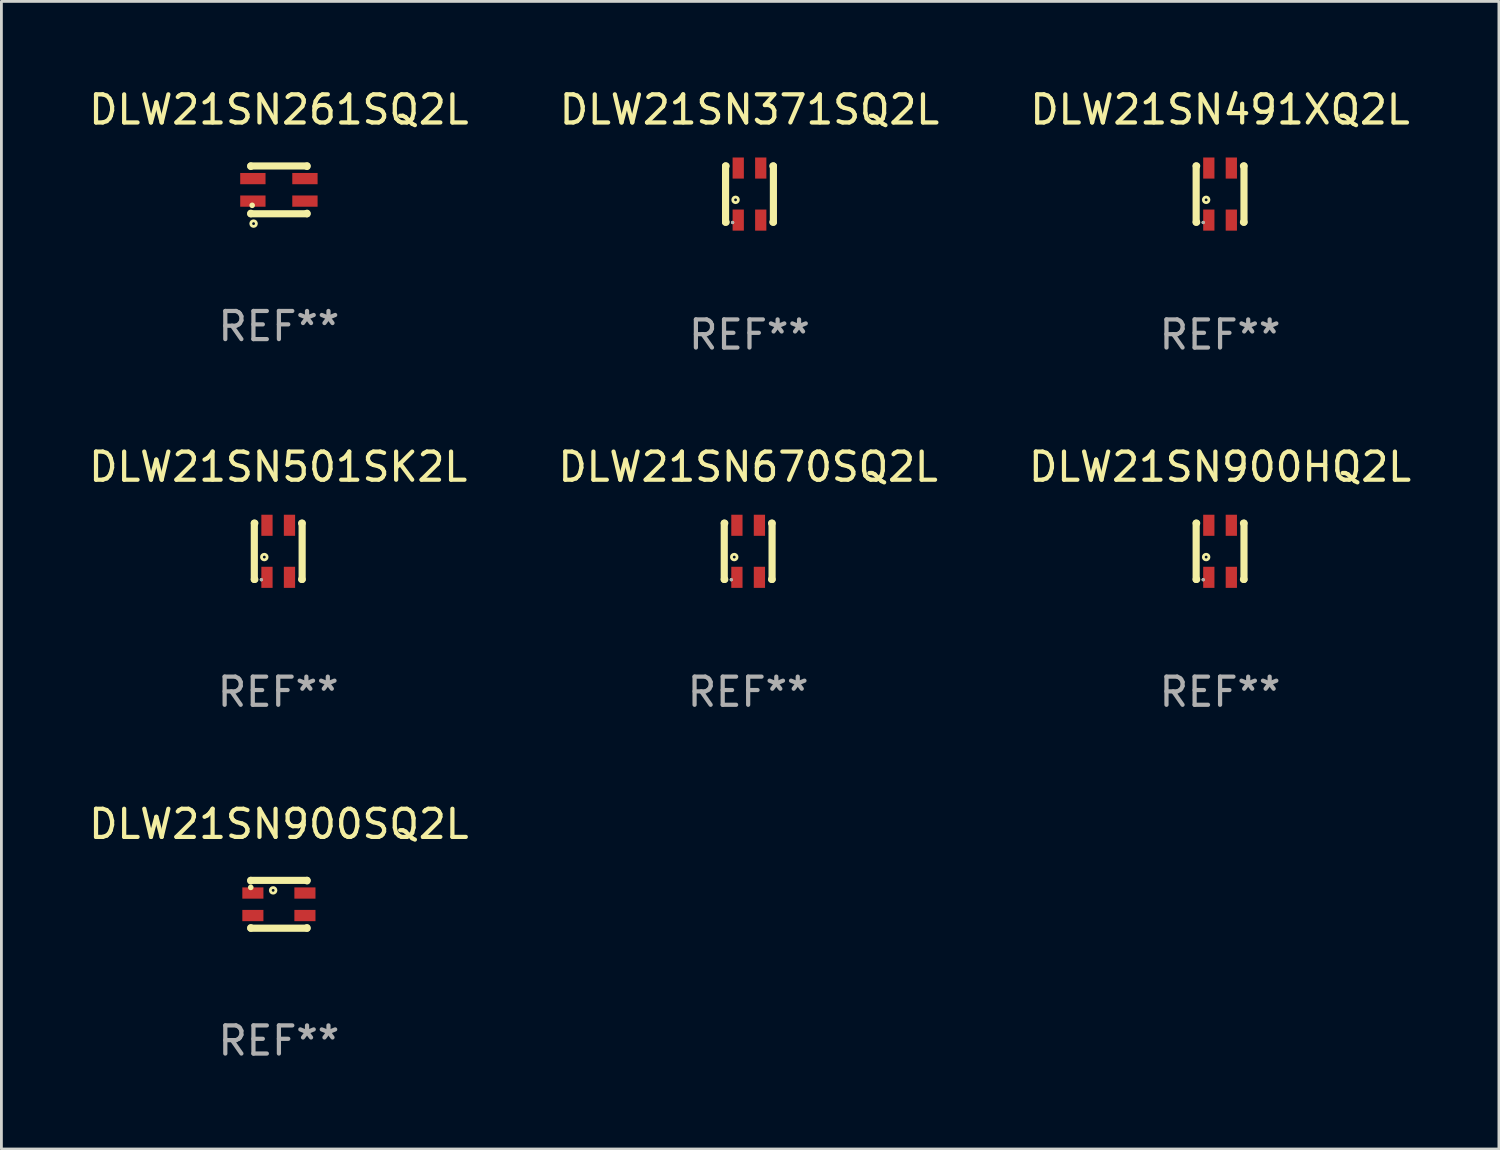
<source format=kicad_pcb>
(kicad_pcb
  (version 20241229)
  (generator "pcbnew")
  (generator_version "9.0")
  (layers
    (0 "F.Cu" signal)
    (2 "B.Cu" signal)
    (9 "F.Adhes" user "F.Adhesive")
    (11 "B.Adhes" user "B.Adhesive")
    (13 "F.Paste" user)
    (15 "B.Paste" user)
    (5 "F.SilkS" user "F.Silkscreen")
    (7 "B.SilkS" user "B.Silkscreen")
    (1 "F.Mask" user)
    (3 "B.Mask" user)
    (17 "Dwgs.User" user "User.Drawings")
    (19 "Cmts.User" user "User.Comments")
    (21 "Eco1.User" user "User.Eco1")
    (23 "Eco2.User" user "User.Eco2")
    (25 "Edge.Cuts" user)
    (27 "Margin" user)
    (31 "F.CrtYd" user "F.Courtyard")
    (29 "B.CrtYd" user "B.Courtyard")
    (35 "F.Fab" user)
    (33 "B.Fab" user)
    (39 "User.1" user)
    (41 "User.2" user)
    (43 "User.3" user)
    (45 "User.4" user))
  (footprint "DLW21SN261SQ2L"
    (layer "F.Cu")
    (at 6.863 3.698)
    (property "Reference" "DLW21SN261SQ2L" (at 0 -2.85 0) (layer "F.SilkS") (effects (font (size 1 1) (thickness 0.15))))
    (attr through_hole)
    (fp_line (start -1 -0.831) (end -1 -0.85) (stroke (width 0.254) (type solid)) (layer "F.SilkS"))
    (fp_line (start -1 0.85) (end -1 0.831) (stroke (width 0.254) (type solid)) (layer "F.SilkS"))
    (fp_line (start 1 -0.85) (end -1 -0.85) (stroke (width 0.254) (type solid)) (layer "F.SilkS"))
    (fp_line (start 1 -0.831) (end 1 -0.85) (stroke (width 0.254) (type solid)) (layer "F.SilkS"))
    (fp_line (start 1 0.85) (end -1 0.85) (stroke (width 0.254) (type solid)) (layer "F.SilkS"))
    (fp_line (start 1 0.85) (end 1 0.831) (stroke (width 0.254) (type solid)) (layer "F.SilkS"))
    (fp_circle (center -0.95 0.55) (end -0.9 0.55) (stroke (width 0.1) (type solid)) (fill no) (layer "F.SilkS"))
    (fp_circle (center -0.9 1.2) (end -0.8 1.2) (stroke (width 0.1) (type solid)) (fill no) (layer "F.SilkS"))
    (fp_text user "REF**" (at 0 4.85 0) (layer "F.Fab") (effects (font (size 1 1) (thickness 0.15))))
    (pad "1" smd rect (at -0.925 0.4 180) (size 0.9 0.4) (layers "F.Cu" "F.Mask" "F.Paste"))
    (pad "2" smd rect (at 0.925 0.4 180) (size 0.9 0.4) (layers "F.Cu" "F.Mask" "F.Paste"))
    (pad "3" smd rect (at 0.925 -0.4 180) (size 0.9 0.4) (layers "F.Cu" "F.Mask" "F.Paste"))
    (pad "4" smd rect (at -0.925 -0.4 180) (size 0.9 0.4) (layers "F.Cu" "F.Mask" "F.Paste")))
  (footprint "DLW21SN900SQ2L"
    (layer "F.Cu")
    (at 6.863 29.091)
    (property "Reference" "DLW21SN900SQ2L" (at 0 -2.85 0) (layer "F.SilkS") (effects (font (size 1 1) (thickness 0.15))))
    (attr through_hole)
    (fp_line (start -1 -0.85) (end -1 -0.831) (stroke (width 0.254) (type solid)) (layer "F.SilkS"))
    (fp_line (start -1 -0.85) (end 1 -0.85) (stroke (width 0.254) (type solid)) (layer "F.SilkS"))
    (fp_line (start -1 0.831) (end -1 0.85) (stroke (width 0.254) (type solid)) (layer "F.SilkS"))
    (fp_line (start -1 0.85) (end 1 0.85) (stroke (width 0.254) (type solid)) (layer "F.SilkS"))
    (fp_line (start 1 -0.85) (end 1 -0.831) (stroke (width 0.254) (type solid)) (layer "F.SilkS"))
    (fp_line (start 1 0.831) (end 1 0.85) (stroke (width 0.254) (type solid)) (layer "F.SilkS"))
    (fp_circle (center -1 -0.6) (end -0.95 -0.6) (stroke (width 0.1) (type solid)) (fill no) (layer "F.SilkS"))
    (fp_circle (center -0.205 -0.495) (end -0.105 -0.495) (stroke (width 0.1) (type solid)) (fill no) (layer "F.SilkS"))
    (fp_text user "REF**" (at 0 4.85 0) (layer "F.Fab") (effects (font (size 1 1) (thickness 0.15))))
    (pad "1" smd rect (at -0.925 -0.4) (size 0.75 0.4) (layers "F.Cu" "F.Mask" "F.Paste"))
    (pad "2" smd rect (at 0.925 -0.4) (size 0.75 0.4) (layers "F.Cu" "F.Mask" "F.Paste"))
    (pad "3" smd rect (at 0.925 0.4) (size 0.75 0.4) (layers "F.Cu" "F.Mask" "F.Paste"))
    (pad "4" smd rect (at -0.925 0.4) (size 0.75 0.4) (layers "F.Cu" "F.Mask" "F.Paste")))
  (footprint "DLW21SN501SK2L"
    (layer "F.Cu")
    (at 6.839 16.545)
    (property "Reference" "DLW21SN501SK2L" (at 0 -3 0) (layer "F.SilkS") (effects (font (size 1 1) (thickness 0.15))))
    (attr through_hole)
    (fp_line (start -0.85 -1) (end -0.831 -1) (stroke (width 0.254) (type solid)) (layer "F.SilkS"))
    (fp_line (start -0.85 1) (end -0.85 -1) (stroke (width 0.254) (type solid)) (layer "F.SilkS"))
    (fp_line (start -0.85 1) (end -0.831 1) (stroke (width 0.254) (type solid)) (layer "F.SilkS"))
    (fp_line (start 0.831 -1) (end 0.85 -1) (stroke (width 0.254) (type solid)) (layer "F.SilkS"))
    (fp_line (start 0.831 1) (end 0.85 1) (stroke (width 0.254) (type solid)) (layer "F.SilkS"))
    (fp_line (start 0.85 1) (end 0.85 -1) (stroke (width 0.254) (type solid)) (layer "F.SilkS"))
    (fp_circle (center -0.6 1.01) (end -0.57 1.01) (stroke (width 0.06) (type solid)) (fill no) (layer "F.SilkS"))
    (fp_circle (center -0.495 0.205) (end -0.395 0.205) (stroke (width 0.1) (type solid)) (fill no) (layer "F.SilkS"))
    (fp_circle (center -0.6 1.01) (end -0.57 1.01) (stroke (width 0.06) (type solid)) (fill no) (layer "F.Fab"))
    (fp_text user "REF**" (at 0 5 0) (layer "F.Fab") (effects (font (size 1 1) (thickness 0.15))))
    (pad "1" smd rect (at -0.4 0.925 90) (size 0.75 0.4) (layers "F.Cu" "F.Mask" "F.Paste"))
    (pad "2" smd rect (at -0.4 -0.925 90) (size 0.75 0.4) (layers "F.Cu" "F.Mask" "F.Paste"))
    (pad "3" smd rect (at 0.4 -0.925 90) (size 0.75 0.4) (layers "F.Cu" "F.Mask" "F.Paste"))
    (pad "4" smd rect (at 0.4 0.925 90) (size 0.75 0.4) (layers "F.Cu" "F.Mask" "F.Paste")))
  (footprint "DLW21SN491XQ2L"
    (layer "F.Cu")
    (at 40.315 3.848)
    (property "Reference" "DLW21SN491XQ2L" (at 0 -3 0) (layer "F.SilkS") (effects (font (size 1 1) (thickness 0.15))))
    (attr through_hole)
    (fp_line (start -0.85 -1) (end -0.831 -1) (stroke (width 0.254) (type solid)) (layer "F.SilkS"))
    (fp_line (start -0.85 1) (end -0.85 -1) (stroke (width 0.254) (type solid)) (layer "F.SilkS"))
    (fp_line (start -0.85 1) (end -0.831 1) (stroke (width 0.254) (type solid)) (layer "F.SilkS"))
    (fp_line (start 0.831 -1) (end 0.85 -1) (stroke (width 0.254) (type solid)) (layer "F.SilkS"))
    (fp_line (start 0.831 1) (end 0.85 1) (stroke (width 0.254) (type solid)) (layer "F.SilkS"))
    (fp_line (start 0.85 1) (end 0.85 -1) (stroke (width 0.254) (type solid)) (layer "F.SilkS"))
    (fp_circle (center -0.6 1.01) (end -0.57 1.01) (stroke (width 0.06) (type solid)) (fill no) (layer "F.SilkS"))
    (fp_circle (center -0.495 0.205) (end -0.395 0.205) (stroke (width 0.1) (type solid)) (fill no) (layer "F.SilkS"))
    (fp_circle (center -0.6 1.01) (end -0.57 1.01) (stroke (width 0.06) (type solid)) (fill no) (layer "F.Fab"))
    (fp_text user "REF**" (at 0 5 0) (layer "F.Fab") (effects (font (size 1 1) (thickness 0.15))))
    (pad "1" smd rect (at -0.4 0.925 90) (size 0.75 0.4) (layers "F.Cu" "F.Mask" "F.Paste"))
    (pad "2" smd rect (at -0.4 -0.925 90) (size 0.75 0.4) (layers "F.Cu" "F.Mask" "F.Paste"))
    (pad "3" smd rect (at 0.4 -0.925 90) (size 0.75 0.4) (layers "F.Cu" "F.Mask" "F.Paste"))
    (pad "4" smd rect (at 0.4 0.925 90) (size 0.75 0.4) (layers "F.Cu" "F.Mask" "F.Paste")))
  (footprint "DLW21SN900HQ2L"
    (layer "F.Cu")
    (at 40.315 16.545)
    (property "Reference" "DLW21SN900HQ2L" (at 0 -3 0) (layer "F.SilkS") (effects (font (size 1 1) (thickness 0.15))))
    (attr through_hole)
    (fp_line (start -0.85 -1) (end -0.831 -1) (stroke (width 0.254) (type solid)) (layer "F.SilkS"))
    (fp_line (start -0.85 1) (end -0.85 -1) (stroke (width 0.254) (type solid)) (layer "F.SilkS"))
    (fp_line (start -0.85 1) (end -0.831 1) (stroke (width 0.254) (type solid)) (layer "F.SilkS"))
    (fp_line (start 0.831 -1) (end 0.85 -1) (stroke (width 0.254) (type solid)) (layer "F.SilkS"))
    (fp_line (start 0.831 1) (end 0.85 1) (stroke (width 0.254) (type solid)) (layer "F.SilkS"))
    (fp_line (start 0.85 1) (end 0.85 -1) (stroke (width 0.254) (type solid)) (layer "F.SilkS"))
    (fp_circle (center -0.6 1.01) (end -0.57 1.01) (stroke (width 0.06) (type solid)) (fill no) (layer "F.SilkS"))
    (fp_circle (center -0.495 0.205) (end -0.395 0.205) (stroke (width 0.1) (type solid)) (fill no) (layer "F.SilkS"))
    (fp_circle (center -0.6 1.01) (end -0.57 1.01) (stroke (width 0.06) (type solid)) (fill no) (layer "F.Fab"))
    (fp_text user "REF**" (at 0 5 0) (layer "F.Fab") (effects (font (size 1 1) (thickness 0.15))))
    (pad "1" smd rect (at -0.4 0.925 90) (size 0.75 0.4) (layers "F.Cu" "F.Mask" "F.Paste"))
    (pad "2" smd rect (at -0.4 -0.925 90) (size 0.75 0.4) (layers "F.Cu" "F.Mask" "F.Paste"))
    (pad "3" smd rect (at 0.4 -0.925 90) (size 0.75 0.4) (layers "F.Cu" "F.Mask" "F.Paste"))
    (pad "4" smd rect (at 0.4 0.925 90) (size 0.75 0.4) (layers "F.Cu" "F.Mask" "F.Paste")))
  (footprint "DLW21SN371SQ2L"
    (layer "F.Cu")
    (at 23.589 3.848)
    (property "Reference" "DLW21SN371SQ2L" (at 0 -3 0) (layer "F.SilkS") (effects (font (size 1 1) (thickness 0.15))))
    (attr through_hole)
    (fp_line (start -0.85 -1) (end -0.831 -1) (stroke (width 0.254) (type solid)) (layer "F.SilkS"))
    (fp_line (start -0.85 1) (end -0.85 -1) (stroke (width 0.254) (type solid)) (layer "F.SilkS"))
    (fp_line (start -0.85 1) (end -0.831 1) (stroke (width 0.254) (type solid)) (layer "F.SilkS"))
    (fp_line (start 0.831 -1) (end 0.85 -1) (stroke (width 0.254) (type solid)) (layer "F.SilkS"))
    (fp_line (start 0.831 1) (end 0.85 1) (stroke (width 0.254) (type solid)) (layer "F.SilkS"))
    (fp_line (start 0.85 1) (end 0.85 -1) (stroke (width 0.254) (type solid)) (layer "F.SilkS"))
    (fp_circle (center -0.6 1.01) (end -0.57 1.01) (stroke (width 0.06) (type solid)) (fill no) (layer "F.SilkS"))
    (fp_circle (center -0.495 0.205) (end -0.395 0.205) (stroke (width 0.1) (type solid)) (fill no) (layer "F.SilkS"))
    (fp_circle (center -0.6 1.01) (end -0.57 1.01) (stroke (width 0.06) (type solid)) (fill no) (layer "F.Fab"))
    (fp_text user "REF**" (at 0 5 0) (layer "F.Fab") (effects (font (size 1 1) (thickness 0.15))))
    (pad "1" smd rect (at -0.4 0.925 90) (size 0.75 0.4) (layers "F.Cu" "F.Mask" "F.Paste"))
    (pad "2" smd rect (at -0.4 -0.925 90) (size 0.75 0.4) (layers "F.Cu" "F.Mask" "F.Paste"))
    (pad "3" smd rect (at 0.4 -0.925 90) (size 0.75 0.4) (layers "F.Cu" "F.Mask" "F.Paste"))
    (pad "4" smd rect (at 0.4 0.925 90) (size 0.75 0.4) (layers "F.Cu" "F.Mask" "F.Paste")))
  (footprint "DLW21SN670SQ2L"
    (layer "F.Cu")
    (at 23.542 16.545)
    (property "Reference" "DLW21SN670SQ2L" (at 0 -3 0) (layer "F.SilkS") (effects (font (size 1 1) (thickness 0.15))))
    (attr through_hole)
    (fp_line (start -0.85 -1) (end -0.831 -1) (stroke (width 0.254) (type solid)) (layer "F.SilkS"))
    (fp_line (start -0.85 1) (end -0.85 -1) (stroke (width 0.254) (type solid)) (layer "F.SilkS"))
    (fp_line (start -0.85 1) (end -0.831 1) (stroke (width 0.254) (type solid)) (layer "F.SilkS"))
    (fp_line (start 0.831 -1) (end 0.85 -1) (stroke (width 0.254) (type solid)) (layer "F.SilkS"))
    (fp_line (start 0.831 1) (end 0.85 1) (stroke (width 0.254) (type solid)) (layer "F.SilkS"))
    (fp_line (start 0.85 1) (end 0.85 -1) (stroke (width 0.254) (type solid)) (layer "F.SilkS"))
    (fp_circle (center -0.6 1.01) (end -0.57 1.01) (stroke (width 0.06) (type solid)) (fill no) (layer "F.SilkS"))
    (fp_circle (center -0.495 0.205) (end -0.395 0.205) (stroke (width 0.1) (type solid)) (fill no) (layer "F.SilkS"))
    (fp_circle (center -0.6 1.01) (end -0.57 1.01) (stroke (width 0.06) (type solid)) (fill no) (layer "F.Fab"))
    (fp_text user "REF**" (at 0 5 0) (layer "F.Fab") (effects (font (size 1 1) (thickness 0.15))))
    (pad "1" smd rect (at -0.4 0.925 90) (size 0.75 0.4) (layers "F.Cu" "F.Mask" "F.Paste"))
    (pad "2" smd rect (at -0.4 -0.925 90) (size 0.75 0.4) (layers "F.Cu" "F.Mask" "F.Paste"))
    (pad "3" smd rect (at 0.4 -0.925 90) (size 0.75 0.4) (layers "F.Cu" "F.Mask" "F.Paste"))
    (pad "4" smd rect (at 0.4 0.925 90) (size 0.75 0.4) (layers "F.Cu" "F.Mask" "F.Paste")))
  (gr_rect
    (start -3 -3)
    (end 50.226 37.789)
    (stroke (width 0.1) (type default))
    (fill no)
    (layer "Edge.Cuts")))
</source>
